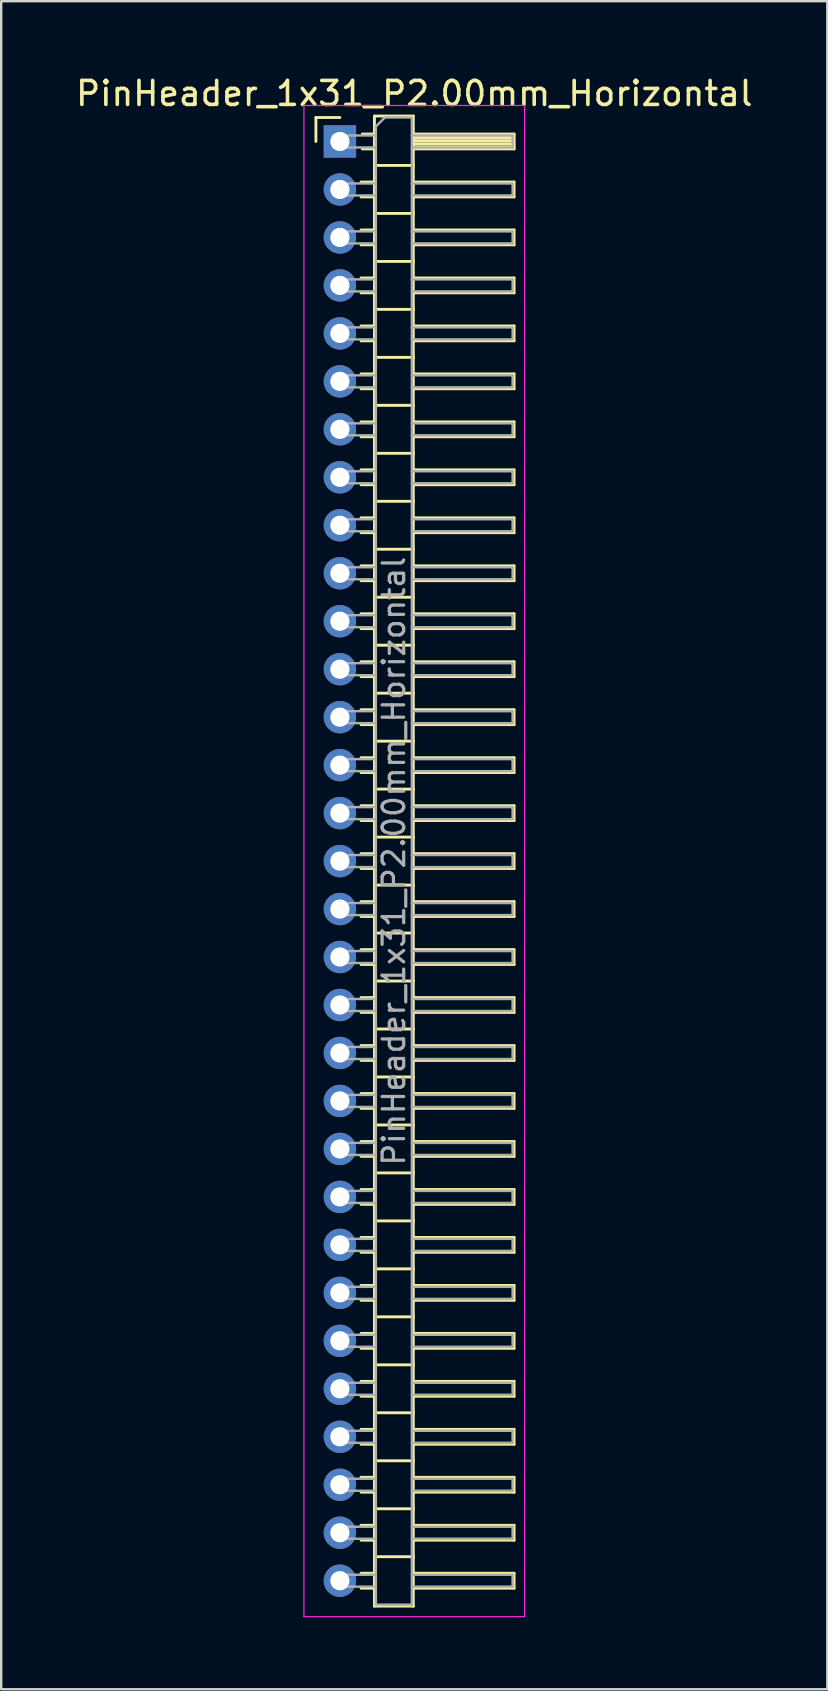
<source format=kicad_pcb>
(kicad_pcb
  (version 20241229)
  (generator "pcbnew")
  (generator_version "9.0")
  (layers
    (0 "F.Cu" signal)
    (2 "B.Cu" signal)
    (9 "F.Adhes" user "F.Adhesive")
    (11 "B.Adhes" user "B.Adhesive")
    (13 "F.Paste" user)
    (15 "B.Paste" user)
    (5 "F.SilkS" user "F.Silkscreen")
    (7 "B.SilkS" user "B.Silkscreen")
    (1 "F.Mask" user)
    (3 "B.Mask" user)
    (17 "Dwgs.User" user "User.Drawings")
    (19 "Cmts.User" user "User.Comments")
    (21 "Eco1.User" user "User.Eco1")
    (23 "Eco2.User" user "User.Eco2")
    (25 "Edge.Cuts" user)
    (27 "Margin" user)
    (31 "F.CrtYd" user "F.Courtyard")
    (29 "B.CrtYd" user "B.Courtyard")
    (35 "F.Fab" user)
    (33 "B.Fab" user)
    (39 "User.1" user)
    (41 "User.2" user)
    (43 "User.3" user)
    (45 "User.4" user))
  (footprint "PinHeader_1x31_P2.00mm_Horizontal"
    (layer "F.Cu")
    (at 11.12 2.848)
    (property "Reference" "PinHeader_1x31_P2.00mm_Horizontal" (at 3.1 -2 0) (layer "F.SilkS") (effects (font (size 1 1) (thickness 0.15))))
    (attr through_hole)
    (fp_line (start -1 -1) (end 0 -1) (stroke (width 0.12) (type solid)) (layer "F.SilkS"))
    (fp_line (start -1 0) (end -1 -1) (stroke (width 0.12) (type solid)) (layer "F.SilkS"))
    (fp_line (start 0.882 1.69) (end 1.44 1.69) (stroke (width 0.12) (type solid)) (layer "F.SilkS"))
    (fp_line (start 0.882 2.31) (end 1.44 2.31) (stroke (width 0.12) (type solid)) (layer "F.SilkS"))
    (fp_line (start 0.882 3.69) (end 1.44 3.69) (stroke (width 0.12) (type solid)) (layer "F.SilkS"))
    (fp_line (start 0.882 4.31) (end 1.44 4.31) (stroke (width 0.12) (type solid)) (layer "F.SilkS"))
    (fp_line (start 0.882 5.69) (end 1.44 5.69) (stroke (width 0.12) (type solid)) (layer "F.SilkS"))
    (fp_line (start 0.882 6.31) (end 1.44 6.31) (stroke (width 0.12) (type solid)) (layer "F.SilkS"))
    (fp_line (start 0.882 7.69) (end 1.44 7.69) (stroke (width 0.12) (type solid)) (layer "F.SilkS"))
    (fp_line (start 0.882 8.31) (end 1.44 8.31) (stroke (width 0.12) (type solid)) (layer "F.SilkS"))
    (fp_line (start 0.882 9.69) (end 1.44 9.69) (stroke (width 0.12) (type solid)) (layer "F.SilkS"))
    (fp_line (start 0.882 10.31) (end 1.44 10.31) (stroke (width 0.12) (type solid)) (layer "F.SilkS"))
    (fp_line (start 0.882 11.69) (end 1.44 11.69) (stroke (width 0.12) (type solid)) (layer "F.SilkS"))
    (fp_line (start 0.882 12.31) (end 1.44 12.31) (stroke (width 0.12) (type solid)) (layer "F.SilkS"))
    (fp_line (start 0.882 13.69) (end 1.44 13.69) (stroke (width 0.12) (type solid)) (layer "F.SilkS"))
    (fp_line (start 0.882 14.31) (end 1.44 14.31) (stroke (width 0.12) (type solid)) (layer "F.SilkS"))
    (fp_line (start 0.882 15.69) (end 1.44 15.69) (stroke (width 0.12) (type solid)) (layer "F.SilkS"))
    (fp_line (start 0.882 16.31) (end 1.44 16.31) (stroke (width 0.12) (type solid)) (layer "F.SilkS"))
    (fp_line (start 0.882 17.69) (end 1.44 17.69) (stroke (width 0.12) (type solid)) (layer "F.SilkS"))
    (fp_line (start 0.882 18.31) (end 1.44 18.31) (stroke (width 0.12) (type solid)) (layer "F.SilkS"))
    (fp_line (start 0.882 19.69) (end 1.44 19.69) (stroke (width 0.12) (type solid)) (layer "F.SilkS"))
    (fp_line (start 0.882 20.31) (end 1.44 20.31) (stroke (width 0.12) (type solid)) (layer "F.SilkS"))
    (fp_line (start 0.882 21.69) (end 1.44 21.69) (stroke (width 0.12) (type solid)) (layer "F.SilkS"))
    (fp_line (start 0.882 22.31) (end 1.44 22.31) (stroke (width 0.12) (type solid)) (layer "F.SilkS"))
    (fp_line (start 0.882 23.69) (end 1.44 23.69) (stroke (width 0.12) (type solid)) (layer "F.SilkS"))
    (fp_line (start 0.882 24.31) (end 1.44 24.31) (stroke (width 0.12) (type solid)) (layer "F.SilkS"))
    (fp_line (start 0.882 25.69) (end 1.44 25.69) (stroke (width 0.12) (type solid)) (layer "F.SilkS"))
    (fp_line (start 0.882 26.31) (end 1.44 26.31) (stroke (width 0.12) (type solid)) (layer "F.SilkS"))
    (fp_line (start 0.882 27.69) (end 1.44 27.69) (stroke (width 0.12) (type solid)) (layer "F.SilkS"))
    (fp_line (start 0.882 28.31) (end 1.44 28.31) (stroke (width 0.12) (type solid)) (layer "F.SilkS"))
    (fp_line (start 0.882 29.69) (end 1.44 29.69) (stroke (width 0.12) (type solid)) (layer "F.SilkS"))
    (fp_line (start 0.882 30.31) (end 1.44 30.31) (stroke (width 0.12) (type solid)) (layer "F.SilkS"))
    (fp_line (start 0.882 31.69) (end 1.44 31.69) (stroke (width 0.12) (type solid)) (layer "F.SilkS"))
    (fp_line (start 0.882 32.31) (end 1.44 32.31) (stroke (width 0.12) (type solid)) (layer "F.SilkS"))
    (fp_line (start 0.882 33.69) (end 1.44 33.69) (stroke (width 0.12) (type solid)) (layer "F.SilkS"))
    (fp_line (start 0.882 34.31) (end 1.44 34.31) (stroke (width 0.12) (type solid)) (layer "F.SilkS"))
    (fp_line (start 0.882 35.69) (end 1.44 35.69) (stroke (width 0.12) (type solid)) (layer "F.SilkS"))
    (fp_line (start 0.882 36.31) (end 1.44 36.31) (stroke (width 0.12) (type solid)) (layer "F.SilkS"))
    (fp_line (start 0.882 37.69) (end 1.44 37.69) (stroke (width 0.12) (type solid)) (layer "F.SilkS"))
    (fp_line (start 0.882 38.31) (end 1.44 38.31) (stroke (width 0.12) (type solid)) (layer "F.SilkS"))
    (fp_line (start 0.882 39.69) (end 1.44 39.69) (stroke (width 0.12) (type solid)) (layer "F.SilkS"))
    (fp_line (start 0.882 40.31) (end 1.44 40.31) (stroke (width 0.12) (type solid)) (layer "F.SilkS"))
    (fp_line (start 0.882 41.69) (end 1.44 41.69) (stroke (width 0.12) (type solid)) (layer "F.SilkS"))
    (fp_line (start 0.882 42.31) (end 1.44 42.31) (stroke (width 0.12) (type solid)) (layer "F.SilkS"))
    (fp_line (start 0.882 43.69) (end 1.44 43.69) (stroke (width 0.12) (type solid)) (layer "F.SilkS"))
    (fp_line (start 0.882 44.31) (end 1.44 44.31) (stroke (width 0.12) (type solid)) (layer "F.SilkS"))
    (fp_line (start 0.882 45.69) (end 1.44 45.69) (stroke (width 0.12) (type solid)) (layer "F.SilkS"))
    (fp_line (start 0.882 46.31) (end 1.44 46.31) (stroke (width 0.12) (type solid)) (layer "F.SilkS"))
    (fp_line (start 0.882 47.69) (end 1.44 47.69) (stroke (width 0.12) (type solid)) (layer "F.SilkS"))
    (fp_line (start 0.882 48.31) (end 1.44 48.31) (stroke (width 0.12) (type solid)) (layer "F.SilkS"))
    (fp_line (start 0.882 49.69) (end 1.44 49.69) (stroke (width 0.12) (type solid)) (layer "F.SilkS"))
    (fp_line (start 0.882 50.31) (end 1.44 50.31) (stroke (width 0.12) (type solid)) (layer "F.SilkS"))
    (fp_line (start 0.882 51.69) (end 1.44 51.69) (stroke (width 0.12) (type solid)) (layer "F.SilkS"))
    (fp_line (start 0.882 52.31) (end 1.44 52.31) (stroke (width 0.12) (type solid)) (layer "F.SilkS"))
    (fp_line (start 0.882 53.69) (end 1.44 53.69) (stroke (width 0.12) (type solid)) (layer "F.SilkS"))
    (fp_line (start 0.882 54.31) (end 1.44 54.31) (stroke (width 0.12) (type solid)) (layer "F.SilkS"))
    (fp_line (start 0.882 55.69) (end 1.44 55.69) (stroke (width 0.12) (type solid)) (layer "F.SilkS"))
    (fp_line (start 0.882 56.31) (end 1.44 56.31) (stroke (width 0.12) (type solid)) (layer "F.SilkS"))
    (fp_line (start 0.882 57.69) (end 1.44 57.69) (stroke (width 0.12) (type solid)) (layer "F.SilkS"))
    (fp_line (start 0.882 58.31) (end 1.44 58.31) (stroke (width 0.12) (type solid)) (layer "F.SilkS"))
    (fp_line (start 0.882 59.69) (end 1.44 59.69) (stroke (width 0.12) (type solid)) (layer "F.SilkS"))
    (fp_line (start 0.882 60.31) (end 1.44 60.31) (stroke (width 0.12) (type solid)) (layer "F.SilkS"))
    (fp_line (start 0.935 -0.31) (end 1.44 -0.31) (stroke (width 0.12) (type solid)) (layer "F.SilkS"))
    (fp_line (start 0.935 0.31) (end 1.44 0.31) (stroke (width 0.12) (type solid)) (layer "F.SilkS"))
    (fp_line (start 1.44 -1.06) (end 1.44 61.06) (stroke (width 0.12) (type solid)) (layer "F.SilkS"))
    (fp_line (start 1.44 1) (end 3.06 1) (stroke (width 0.12) (type solid)) (layer "F.SilkS"))
    (fp_line (start 1.44 3) (end 3.06 3) (stroke (width 0.12) (type solid)) (layer "F.SilkS"))
    (fp_line (start 1.44 5) (end 3.06 5) (stroke (width 0.12) (type solid)) (layer "F.SilkS"))
    (fp_line (start 1.44 7) (end 3.06 7) (stroke (width 0.12) (type solid)) (layer "F.SilkS"))
    (fp_line (start 1.44 9) (end 3.06 9) (stroke (width 0.12) (type solid)) (layer "F.SilkS"))
    (fp_line (start 1.44 11) (end 3.06 11) (stroke (width 0.12) (type solid)) (layer "F.SilkS"))
    (fp_line (start 1.44 13) (end 3.06 13) (stroke (width 0.12) (type solid)) (layer "F.SilkS"))
    (fp_line (start 1.44 15) (end 3.06 15) (stroke (width 0.12) (type solid)) (layer "F.SilkS"))
    (fp_line (start 1.44 17) (end 3.06 17) (stroke (width 0.12) (type solid)) (layer "F.SilkS"))
    (fp_line (start 1.44 19) (end 3.06 19) (stroke (width 0.12) (type solid)) (layer "F.SilkS"))
    (fp_line (start 1.44 21) (end 3.06 21) (stroke (width 0.12) (type solid)) (layer "F.SilkS"))
    (fp_line (start 1.44 23) (end 3.06 23) (stroke (width 0.12) (type solid)) (layer "F.SilkS"))
    (fp_line (start 1.44 25) (end 3.06 25) (stroke (width 0.12) (type solid)) (layer "F.SilkS"))
    (fp_line (start 1.44 27) (end 3.06 27) (stroke (width 0.12) (type solid)) (layer "F.SilkS"))
    (fp_line (start 1.44 29) (end 3.06 29) (stroke (width 0.12) (type solid)) (layer "F.SilkS"))
    (fp_line (start 1.44 31) (end 3.06 31) (stroke (width 0.12) (type solid)) (layer "F.SilkS"))
    (fp_line (start 1.44 33) (end 3.06 33) (stroke (width 0.12) (type solid)) (layer "F.SilkS"))
    (fp_line (start 1.44 35) (end 3.06 35) (stroke (width 0.12) (type solid)) (layer "F.SilkS"))
    (fp_line (start 1.44 37) (end 3.06 37) (stroke (width 0.12) (type solid)) (layer "F.SilkS"))
    (fp_line (start 1.44 39) (end 3.06 39) (stroke (width 0.12) (type solid)) (layer "F.SilkS"))
    (fp_line (start 1.44 41) (end 3.06 41) (stroke (width 0.12) (type solid)) (layer "F.SilkS"))
    (fp_line (start 1.44 43) (end 3.06 43) (stroke (width 0.12) (type solid)) (layer "F.SilkS"))
    (fp_line (start 1.44 45) (end 3.06 45) (stroke (width 0.12) (type solid)) (layer "F.SilkS"))
    (fp_line (start 1.44 47) (end 3.06 47) (stroke (width 0.12) (type solid)) (layer "F.SilkS"))
    (fp_line (start 1.44 49) (end 3.06 49) (stroke (width 0.12) (type solid)) (layer "F.SilkS"))
    (fp_line (start 1.44 51) (end 3.06 51) (stroke (width 0.12) (type solid)) (layer "F.SilkS"))
    (fp_line (start 1.44 53) (end 3.06 53) (stroke (width 0.12) (type solid)) (layer "F.SilkS"))
    (fp_line (start 1.44 55) (end 3.06 55) (stroke (width 0.12) (type solid)) (layer "F.SilkS"))
    (fp_line (start 1.44 57) (end 3.06 57) (stroke (width 0.12) (type solid)) (layer "F.SilkS"))
    (fp_line (start 1.44 59) (end 3.06 59) (stroke (width 0.12) (type solid)) (layer "F.SilkS"))
    (fp_line (start 1.44 61.06) (end 3.06 61.06) (stroke (width 0.12) (type solid)) (layer "F.SilkS"))
    (fp_line (start 3.06 -1.06) (end 1.44 -1.06) (stroke (width 0.12) (type solid)) (layer "F.SilkS"))
    (fp_line (start 3.06 -0.31) (end 7.26 -0.31) (stroke (width 0.12) (type solid)) (layer "F.SilkS"))
    (fp_line (start 3.06 -0.25) (end 7.26 -0.25) (stroke (width 0.12) (type solid)) (layer "F.SilkS"))
    (fp_line (start 3.06 -0.13) (end 7.26 -0.13) (stroke (width 0.12) (type solid)) (layer "F.SilkS"))
    (fp_line (start 3.06 -0.01) (end 7.26 -0.01) (stroke (width 0.12) (type solid)) (layer "F.SilkS"))
    (fp_line (start 3.06 0.11) (end 7.26 0.11) (stroke (width 0.12) (type solid)) (layer "F.SilkS"))
    (fp_line (start 3.06 0.23) (end 7.26 0.23) (stroke (width 0.12) (type solid)) (layer "F.SilkS"))
    (fp_line (start 3.06 1.69) (end 7.26 1.69) (stroke (width 0.12) (type solid)) (layer "F.SilkS"))
    (fp_line (start 3.06 3.69) (end 7.26 3.69) (stroke (width 0.12) (type solid)) (layer "F.SilkS"))
    (fp_line (start 3.06 5.69) (end 7.26 5.69) (stroke (width 0.12) (type solid)) (layer "F.SilkS"))
    (fp_line (start 3.06 7.69) (end 7.26 7.69) (stroke (width 0.12) (type solid)) (layer "F.SilkS"))
    (fp_line (start 3.06 9.69) (end 7.26 9.69) (stroke (width 0.12) (type solid)) (layer "F.SilkS"))
    (fp_line (start 3.06 11.69) (end 7.26 11.69) (stroke (width 0.12) (type solid)) (layer "F.SilkS"))
    (fp_line (start 3.06 13.69) (end 7.26 13.69) (stroke (width 0.12) (type solid)) (layer "F.SilkS"))
    (fp_line (start 3.06 15.69) (end 7.26 15.69) (stroke (width 0.12) (type solid)) (layer "F.SilkS"))
    (fp_line (start 3.06 17.69) (end 7.26 17.69) (stroke (width 0.12) (type solid)) (layer "F.SilkS"))
    (fp_line (start 3.06 19.69) (end 7.26 19.69) (stroke (width 0.12) (type solid)) (layer "F.SilkS"))
    (fp_line (start 3.06 21.69) (end 7.26 21.69) (stroke (width 0.12) (type solid)) (layer "F.SilkS"))
    (fp_line (start 3.06 23.69) (end 7.26 23.69) (stroke (width 0.12) (type solid)) (layer "F.SilkS"))
    (fp_line (start 3.06 25.69) (end 7.26 25.69) (stroke (width 0.12) (type solid)) (layer "F.SilkS"))
    (fp_line (start 3.06 27.69) (end 7.26 27.69) (stroke (width 0.12) (type solid)) (layer "F.SilkS"))
    (fp_line (start 3.06 29.69) (end 7.26 29.69) (stroke (width 0.12) (type solid)) (layer "F.SilkS"))
    (fp_line (start 3.06 31.69) (end 7.26 31.69) (stroke (width 0.12) (type solid)) (layer "F.SilkS"))
    (fp_line (start 3.06 33.69) (end 7.26 33.69) (stroke (width 0.12) (type solid)) (layer "F.SilkS"))
    (fp_line (start 3.06 35.69) (end 7.26 35.69) (stroke (width 0.12) (type solid)) (layer "F.SilkS"))
    (fp_line (start 3.06 37.69) (end 7.26 37.69) (stroke (width 0.12) (type solid)) (layer "F.SilkS"))
    (fp_line (start 3.06 39.69) (end 7.26 39.69) (stroke (width 0.12) (type solid)) (layer "F.SilkS"))
    (fp_line (start 3.06 41.69) (end 7.26 41.69) (stroke (width 0.12) (type solid)) (layer "F.SilkS"))
    (fp_line (start 3.06 43.69) (end 7.26 43.69) (stroke (width 0.12) (type solid)) (layer "F.SilkS"))
    (fp_line (start 3.06 45.69) (end 7.26 45.69) (stroke (width 0.12) (type solid)) (layer "F.SilkS"))
    (fp_line (start 3.06 47.69) (end 7.26 47.69) (stroke (width 0.12) (type solid)) (layer "F.SilkS"))
    (fp_line (start 3.06 49.69) (end 7.26 49.69) (stroke (width 0.12) (type solid)) (layer "F.SilkS"))
    (fp_line (start 3.06 51.69) (end 7.26 51.69) (stroke (width 0.12) (type solid)) (layer "F.SilkS"))
    (fp_line (start 3.06 53.69) (end 7.26 53.69) (stroke (width 0.12) (type solid)) (layer "F.SilkS"))
    (fp_line (start 3.06 55.69) (end 7.26 55.69) (stroke (width 0.12) (type solid)) (layer "F.SilkS"))
    (fp_line (start 3.06 57.69) (end 7.26 57.69) (stroke (width 0.12) (type solid)) (layer "F.SilkS"))
    (fp_line (start 3.06 59.69) (end 7.26 59.69) (stroke (width 0.12) (type solid)) (layer "F.SilkS"))
    (fp_line (start 3.06 61.06) (end 3.06 -1.06) (stroke (width 0.12) (type solid)) (layer "F.SilkS"))
    (fp_line (start 7.26 -0.31) (end 7.26 0.31) (stroke (width 0.12) (type solid)) (layer "F.SilkS"))
    (fp_line (start 7.26 0.31) (end 3.06 0.31) (stroke (width 0.12) (type solid)) (layer "F.SilkS"))
    (fp_line (start 7.26 1.69) (end 7.26 2.31) (stroke (width 0.12) (type solid)) (layer "F.SilkS"))
    (fp_line (start 7.26 2.31) (end 3.06 2.31) (stroke (width 0.12) (type solid)) (layer "F.SilkS"))
    (fp_line (start 7.26 3.69) (end 7.26 4.31) (stroke (width 0.12) (type solid)) (layer "F.SilkS"))
    (fp_line (start 7.26 4.31) (end 3.06 4.31) (stroke (width 0.12) (type solid)) (layer "F.SilkS"))
    (fp_line (start 7.26 5.69) (end 7.26 6.31) (stroke (width 0.12) (type solid)) (layer "F.SilkS"))
    (fp_line (start 7.26 6.31) (end 3.06 6.31) (stroke (width 0.12) (type solid)) (layer "F.SilkS"))
    (fp_line (start 7.26 7.69) (end 7.26 8.31) (stroke (width 0.12) (type solid)) (layer "F.SilkS"))
    (fp_line (start 7.26 8.31) (end 3.06 8.31) (stroke (width 0.12) (type solid)) (layer "F.SilkS"))
    (fp_line (start 7.26 9.69) (end 7.26 10.31) (stroke (width 0.12) (type solid)) (layer "F.SilkS"))
    (fp_line (start 7.26 10.31) (end 3.06 10.31) (stroke (width 0.12) (type solid)) (layer "F.SilkS"))
    (fp_line (start 7.26 11.69) (end 7.26 12.31) (stroke (width 0.12) (type solid)) (layer "F.SilkS"))
    (fp_line (start 7.26 12.31) (end 3.06 12.31) (stroke (width 0.12) (type solid)) (layer "F.SilkS"))
    (fp_line (start 7.26 13.69) (end 7.26 14.31) (stroke (width 0.12) (type solid)) (layer "F.SilkS"))
    (fp_line (start 7.26 14.31) (end 3.06 14.31) (stroke (width 0.12) (type solid)) (layer "F.SilkS"))
    (fp_line (start 7.26 15.69) (end 7.26 16.31) (stroke (width 0.12) (type solid)) (layer "F.SilkS"))
    (fp_line (start 7.26 16.31) (end 3.06 16.31) (stroke (width 0.12) (type solid)) (layer "F.SilkS"))
    (fp_line (start 7.26 17.69) (end 7.26 18.31) (stroke (width 0.12) (type solid)) (layer "F.SilkS"))
    (fp_line (start 7.26 18.31) (end 3.06 18.31) (stroke (width 0.12) (type solid)) (layer "F.SilkS"))
    (fp_line (start 7.26 19.69) (end 7.26 20.31) (stroke (width 0.12) (type solid)) (layer "F.SilkS"))
    (fp_line (start 7.26 20.31) (end 3.06 20.31) (stroke (width 0.12) (type solid)) (layer "F.SilkS"))
    (fp_line (start 7.26 21.69) (end 7.26 22.31) (stroke (width 0.12) (type solid)) (layer "F.SilkS"))
    (fp_line (start 7.26 22.31) (end 3.06 22.31) (stroke (width 0.12) (type solid)) (layer "F.SilkS"))
    (fp_line (start 7.26 23.69) (end 7.26 24.31) (stroke (width 0.12) (type solid)) (layer "F.SilkS"))
    (fp_line (start 7.26 24.31) (end 3.06 24.31) (stroke (width 0.12) (type solid)) (layer "F.SilkS"))
    (fp_line (start 7.26 25.69) (end 7.26 26.31) (stroke (width 0.12) (type solid)) (layer "F.SilkS"))
    (fp_line (start 7.26 26.31) (end 3.06 26.31) (stroke (width 0.12) (type solid)) (layer "F.SilkS"))
    (fp_line (start 7.26 27.69) (end 7.26 28.31) (stroke (width 0.12) (type solid)) (layer "F.SilkS"))
    (fp_line (start 7.26 28.31) (end 3.06 28.31) (stroke (width 0.12) (type solid)) (layer "F.SilkS"))
    (fp_line (start 7.26 29.69) (end 7.26 30.31) (stroke (width 0.12) (type solid)) (layer "F.SilkS"))
    (fp_line (start 7.26 30.31) (end 3.06 30.31) (stroke (width 0.12) (type solid)) (layer "F.SilkS"))
    (fp_line (start 7.26 31.69) (end 7.26 32.31) (stroke (width 0.12) (type solid)) (layer "F.SilkS"))
    (fp_line (start 7.26 32.31) (end 3.06 32.31) (stroke (width 0.12) (type solid)) (layer "F.SilkS"))
    (fp_line (start 7.26 33.69) (end 7.26 34.31) (stroke (width 0.12) (type solid)) (layer "F.SilkS"))
    (fp_line (start 7.26 34.31) (end 3.06 34.31) (stroke (width 0.12) (type solid)) (layer "F.SilkS"))
    (fp_line (start 7.26 35.69) (end 7.26 36.31) (stroke (width 0.12) (type solid)) (layer "F.SilkS"))
    (fp_line (start 7.26 36.31) (end 3.06 36.31) (stroke (width 0.12) (type solid)) (layer "F.SilkS"))
    (fp_line (start 7.26 37.69) (end 7.26 38.31) (stroke (width 0.12) (type solid)) (layer "F.SilkS"))
    (fp_line (start 7.26 38.31) (end 3.06 38.31) (stroke (width 0.12) (type solid)) (layer "F.SilkS"))
    (fp_line (start 7.26 39.69) (end 7.26 40.31) (stroke (width 0.12) (type solid)) (layer "F.SilkS"))
    (fp_line (start 7.26 40.31) (end 3.06 40.31) (stroke (width 0.12) (type solid)) (layer "F.SilkS"))
    (fp_line (start 7.26 41.69) (end 7.26 42.31) (stroke (width 0.12) (type solid)) (layer "F.SilkS"))
    (fp_line (start 7.26 42.31) (end 3.06 42.31) (stroke (width 0.12) (type solid)) (layer "F.SilkS"))
    (fp_line (start 7.26 43.69) (end 7.26 44.31) (stroke (width 0.12) (type solid)) (layer "F.SilkS"))
    (fp_line (start 7.26 44.31) (end 3.06 44.31) (stroke (width 0.12) (type solid)) (layer "F.SilkS"))
    (fp_line (start 7.26 45.69) (end 7.26 46.31) (stroke (width 0.12) (type solid)) (layer "F.SilkS"))
    (fp_line (start 7.26 46.31) (end 3.06 46.31) (stroke (width 0.12) (type solid)) (layer "F.SilkS"))
    (fp_line (start 7.26 47.69) (end 7.26 48.31) (stroke (width 0.12) (type solid)) (layer "F.SilkS"))
    (fp_line (start 7.26 48.31) (end 3.06 48.31) (stroke (width 0.12) (type solid)) (layer "F.SilkS"))
    (fp_line (start 7.26 49.69) (end 7.26 50.31) (stroke (width 0.12) (type solid)) (layer "F.SilkS"))
    (fp_line (start 7.26 50.31) (end 3.06 50.31) (stroke (width 0.12) (type solid)) (layer "F.SilkS"))
    (fp_line (start 7.26 51.69) (end 7.26 52.31) (stroke (width 0.12) (type solid)) (layer "F.SilkS"))
    (fp_line (start 7.26 52.31) (end 3.06 52.31) (stroke (width 0.12) (type solid)) (layer "F.SilkS"))
    (fp_line (start 7.26 53.69) (end 7.26 54.31) (stroke (width 0.12) (type solid)) (layer "F.SilkS"))
    (fp_line (start 7.26 54.31) (end 3.06 54.31) (stroke (width 0.12) (type solid)) (layer "F.SilkS"))
    (fp_line (start 7.26 55.69) (end 7.26 56.31) (stroke (width 0.12) (type solid)) (layer "F.SilkS"))
    (fp_line (start 7.26 56.31) (end 3.06 56.31) (stroke (width 0.12) (type solid)) (layer "F.SilkS"))
    (fp_line (start 7.26 57.69) (end 7.26 58.31) (stroke (width 0.12) (type solid)) (layer "F.SilkS"))
    (fp_line (start 7.26 58.31) (end 3.06 58.31) (stroke (width 0.12) (type solid)) (layer "F.SilkS"))
    (fp_line (start 7.26 59.69) (end 7.26 60.31) (stroke (width 0.12) (type solid)) (layer "F.SilkS"))
    (fp_line (start 7.26 60.31) (end 3.06 60.31) (stroke (width 0.12) (type solid)) (layer "F.SilkS"))
    (fp_line (start -1.5 -1.5) (end -1.5 61.5) (stroke (width 0.05) (type solid)) (layer "F.CrtYd"))
    (fp_line (start -1.5 61.5) (end 7.7 61.5) (stroke (width 0.05) (type solid)) (layer "F.CrtYd"))
    (fp_line (start 7.7 -1.5) (end -1.5 -1.5) (stroke (width 0.05) (type solid)) (layer "F.CrtYd"))
    (fp_line (start 7.7 61.5) (end 7.7 -1.5) (stroke (width 0.05) (type solid)) (layer "F.CrtYd"))
    (fp_line (start -0.25 -0.25) (end -0.25 0.25) (stroke (width 0.1) (type solid)) (layer "F.Fab"))
    (fp_line (start -0.25 -0.25) (end 1.5 -0.25) (stroke (width 0.1) (type solid)) (layer "F.Fab"))
    (fp_line (start -0.25 0.25) (end 1.5 0.25) (stroke (width 0.1) (type solid)) (layer "F.Fab"))
    (fp_line (start -0.25 1.75) (end -0.25 2.25) (stroke (width 0.1) (type solid)) (layer "F.Fab"))
    (fp_line (start -0.25 1.75) (end 1.5 1.75) (stroke (width 0.1) (type solid)) (layer "F.Fab"))
    (fp_line (start -0.25 2.25) (end 1.5 2.25) (stroke (width 0.1) (type solid)) (layer "F.Fab"))
    (fp_line (start -0.25 3.75) (end -0.25 4.25) (stroke (width 0.1) (type solid)) (layer "F.Fab"))
    (fp_line (start -0.25 3.75) (end 1.5 3.75) (stroke (width 0.1) (type solid)) (layer "F.Fab"))
    (fp_line (start -0.25 4.25) (end 1.5 4.25) (stroke (width 0.1) (type solid)) (layer "F.Fab"))
    (fp_line (start -0.25 5.75) (end -0.25 6.25) (stroke (width 0.1) (type solid)) (layer "F.Fab"))
    (fp_line (start -0.25 5.75) (end 1.5 5.75) (stroke (width 0.1) (type solid)) (layer "F.Fab"))
    (fp_line (start -0.25 6.25) (end 1.5 6.25) (stroke (width 0.1) (type solid)) (layer "F.Fab"))
    (fp_line (start -0.25 7.75) (end -0.25 8.25) (stroke (width 0.1) (type solid)) (layer "F.Fab"))
    (fp_line (start -0.25 7.75) (end 1.5 7.75) (stroke (width 0.1) (type solid)) (layer "F.Fab"))
    (fp_line (start -0.25 8.25) (end 1.5 8.25) (stroke (width 0.1) (type solid)) (layer "F.Fab"))
    (fp_line (start -0.25 9.75) (end -0.25 10.25) (stroke (width 0.1) (type solid)) (layer "F.Fab"))
    (fp_line (start -0.25 9.75) (end 1.5 9.75) (stroke (width 0.1) (type solid)) (layer "F.Fab"))
    (fp_line (start -0.25 10.25) (end 1.5 10.25) (stroke (width 0.1) (type solid)) (layer "F.Fab"))
    (fp_line (start -0.25 11.75) (end -0.25 12.25) (stroke (width 0.1) (type solid)) (layer "F.Fab"))
    (fp_line (start -0.25 11.75) (end 1.5 11.75) (stroke (width 0.1) (type solid)) (layer "F.Fab"))
    (fp_line (start -0.25 12.25) (end 1.5 12.25) (stroke (width 0.1) (type solid)) (layer "F.Fab"))
    (fp_line (start -0.25 13.75) (end -0.25 14.25) (stroke (width 0.1) (type solid)) (layer "F.Fab"))
    (fp_line (start -0.25 13.75) (end 1.5 13.75) (stroke (width 0.1) (type solid)) (layer "F.Fab"))
    (fp_line (start -0.25 14.25) (end 1.5 14.25) (stroke (width 0.1) (type solid)) (layer "F.Fab"))
    (fp_line (start -0.25 15.75) (end -0.25 16.25) (stroke (width 0.1) (type solid)) (layer "F.Fab"))
    (fp_line (start -0.25 15.75) (end 1.5 15.75) (stroke (width 0.1) (type solid)) (layer "F.Fab"))
    (fp_line (start -0.25 16.25) (end 1.5 16.25) (stroke (width 0.1) (type solid)) (layer "F.Fab"))
    (fp_line (start -0.25 17.75) (end -0.25 18.25) (stroke (width 0.1) (type solid)) (layer "F.Fab"))
    (fp_line (start -0.25 17.75) (end 1.5 17.75) (stroke (width 0.1) (type solid)) (layer "F.Fab"))
    (fp_line (start -0.25 18.25) (end 1.5 18.25) (stroke (width 0.1) (type solid)) (layer "F.Fab"))
    (fp_line (start -0.25 19.75) (end -0.25 20.25) (stroke (width 0.1) (type solid)) (layer "F.Fab"))
    (fp_line (start -0.25 19.75) (end 1.5 19.75) (stroke (width 0.1) (type solid)) (layer "F.Fab"))
    (fp_line (start -0.25 20.25) (end 1.5 20.25) (stroke (width 0.1) (type solid)) (layer "F.Fab"))
    (fp_line (start -0.25 21.75) (end -0.25 22.25) (stroke (width 0.1) (type solid)) (layer "F.Fab"))
    (fp_line (start -0.25 21.75) (end 1.5 21.75) (stroke (width 0.1) (type solid)) (layer "F.Fab"))
    (fp_line (start -0.25 22.25) (end 1.5 22.25) (stroke (width 0.1) (type solid)) (layer "F.Fab"))
    (fp_line (start -0.25 23.75) (end -0.25 24.25) (stroke (width 0.1) (type solid)) (layer "F.Fab"))
    (fp_line (start -0.25 23.75) (end 1.5 23.75) (stroke (width 0.1) (type solid)) (layer "F.Fab"))
    (fp_line (start -0.25 24.25) (end 1.5 24.25) (stroke (width 0.1) (type solid)) (layer "F.Fab"))
    (fp_line (start -0.25 25.75) (end -0.25 26.25) (stroke (width 0.1) (type solid)) (layer "F.Fab"))
    (fp_line (start -0.25 25.75) (end 1.5 25.75) (stroke (width 0.1) (type solid)) (layer "F.Fab"))
    (fp_line (start -0.25 26.25) (end 1.5 26.25) (stroke (width 0.1) (type solid)) (layer "F.Fab"))
    (fp_line (start -0.25 27.75) (end -0.25 28.25) (stroke (width 0.1) (type solid)) (layer "F.Fab"))
    (fp_line (start -0.25 27.75) (end 1.5 27.75) (stroke (width 0.1) (type solid)) (layer "F.Fab"))
    (fp_line (start -0.25 28.25) (end 1.5 28.25) (stroke (width 0.1) (type solid)) (layer "F.Fab"))
    (fp_line (start -0.25 29.75) (end -0.25 30.25) (stroke (width 0.1) (type solid)) (layer "F.Fab"))
    (fp_line (start -0.25 29.75) (end 1.5 29.75) (stroke (width 0.1) (type solid)) (layer "F.Fab"))
    (fp_line (start -0.25 30.25) (end 1.5 30.25) (stroke (width 0.1) (type solid)) (layer "F.Fab"))
    (fp_line (start -0.25 31.75) (end -0.25 32.25) (stroke (width 0.1) (type solid)) (layer "F.Fab"))
    (fp_line (start -0.25 31.75) (end 1.5 31.75) (stroke (width 0.1) (type solid)) (layer "F.Fab"))
    (fp_line (start -0.25 32.25) (end 1.5 32.25) (stroke (width 0.1) (type solid)) (layer "F.Fab"))
    (fp_line (start -0.25 33.75) (end -0.25 34.25) (stroke (width 0.1) (type solid)) (layer "F.Fab"))
    (fp_line (start -0.25 33.75) (end 1.5 33.75) (stroke (width 0.1) (type solid)) (layer "F.Fab"))
    (fp_line (start -0.25 34.25) (end 1.5 34.25) (stroke (width 0.1) (type solid)) (layer "F.Fab"))
    (fp_line (start -0.25 35.75) (end -0.25 36.25) (stroke (width 0.1) (type solid)) (layer "F.Fab"))
    (fp_line (start -0.25 35.75) (end 1.5 35.75) (stroke (width 0.1) (type solid)) (layer "F.Fab"))
    (fp_line (start -0.25 36.25) (end 1.5 36.25) (stroke (width 0.1) (type solid)) (layer "F.Fab"))
    (fp_line (start -0.25 37.75) (end -0.25 38.25) (stroke (width 0.1) (type solid)) (layer "F.Fab"))
    (fp_line (start -0.25 37.75) (end 1.5 37.75) (stroke (width 0.1) (type solid)) (layer "F.Fab"))
    (fp_line (start -0.25 38.25) (end 1.5 38.25) (stroke (width 0.1) (type solid)) (layer "F.Fab"))
    (fp_line (start -0.25 39.75) (end -0.25 40.25) (stroke (width 0.1) (type solid)) (layer "F.Fab"))
    (fp_line (start -0.25 39.75) (end 1.5 39.75) (stroke (width 0.1) (type solid)) (layer "F.Fab"))
    (fp_line (start -0.25 40.25) (end 1.5 40.25) (stroke (width 0.1) (type solid)) (layer "F.Fab"))
    (fp_line (start -0.25 41.75) (end -0.25 42.25) (stroke (width 0.1) (type solid)) (layer "F.Fab"))
    (fp_line (start -0.25 41.75) (end 1.5 41.75) (stroke (width 0.1) (type solid)) (layer "F.Fab"))
    (fp_line (start -0.25 42.25) (end 1.5 42.25) (stroke (width 0.1) (type solid)) (layer "F.Fab"))
    (fp_line (start -0.25 43.75) (end -0.25 44.25) (stroke (width 0.1) (type solid)) (layer "F.Fab"))
    (fp_line (start -0.25 43.75) (end 1.5 43.75) (stroke (width 0.1) (type solid)) (layer "F.Fab"))
    (fp_line (start -0.25 44.25) (end 1.5 44.25) (stroke (width 0.1) (type solid)) (layer "F.Fab"))
    (fp_line (start -0.25 45.75) (end -0.25 46.25) (stroke (width 0.1) (type solid)) (layer "F.Fab"))
    (fp_line (start -0.25 45.75) (end 1.5 45.75) (stroke (width 0.1) (type solid)) (layer "F.Fab"))
    (fp_line (start -0.25 46.25) (end 1.5 46.25) (stroke (width 0.1) (type solid)) (layer "F.Fab"))
    (fp_line (start -0.25 47.75) (end -0.25 48.25) (stroke (width 0.1) (type solid)) (layer "F.Fab"))
    (fp_line (start -0.25 47.75) (end 1.5 47.75) (stroke (width 0.1) (type solid)) (layer "F.Fab"))
    (fp_line (start -0.25 48.25) (end 1.5 48.25) (stroke (width 0.1) (type solid)) (layer "F.Fab"))
    (fp_line (start -0.25 49.75) (end -0.25 50.25) (stroke (width 0.1) (type solid)) (layer "F.Fab"))
    (fp_line (start -0.25 49.75) (end 1.5 49.75) (stroke (width 0.1) (type solid)) (layer "F.Fab"))
    (fp_line (start -0.25 50.25) (end 1.5 50.25) (stroke (width 0.1) (type solid)) (layer "F.Fab"))
    (fp_line (start -0.25 51.75) (end -0.25 52.25) (stroke (width 0.1) (type solid)) (layer "F.Fab"))
    (fp_line (start -0.25 51.75) (end 1.5 51.75) (stroke (width 0.1) (type solid)) (layer "F.Fab"))
    (fp_line (start -0.25 52.25) (end 1.5 52.25) (stroke (width 0.1) (type solid)) (layer "F.Fab"))
    (fp_line (start -0.25 53.75) (end -0.25 54.25) (stroke (width 0.1) (type solid)) (layer "F.Fab"))
    (fp_line (start -0.25 53.75) (end 1.5 53.75) (stroke (width 0.1) (type solid)) (layer "F.Fab"))
    (fp_line (start -0.25 54.25) (end 1.5 54.25) (stroke (width 0.1) (type solid)) (layer "F.Fab"))
    (fp_line (start -0.25 55.75) (end -0.25 56.25) (stroke (width 0.1) (type solid)) (layer "F.Fab"))
    (fp_line (start -0.25 55.75) (end 1.5 55.75) (stroke (width 0.1) (type solid)) (layer "F.Fab"))
    (fp_line (start -0.25 56.25) (end 1.5 56.25) (stroke (width 0.1) (type solid)) (layer "F.Fab"))
    (fp_line (start -0.25 57.75) (end -0.25 58.25) (stroke (width 0.1) (type solid)) (layer "F.Fab"))
    (fp_line (start -0.25 57.75) (end 1.5 57.75) (stroke (width 0.1) (type solid)) (layer "F.Fab"))
    (fp_line (start -0.25 58.25) (end 1.5 58.25) (stroke (width 0.1) (type solid)) (layer "F.Fab"))
    (fp_line (start -0.25 59.75) (end -0.25 60.25) (stroke (width 0.1) (type solid)) (layer "F.Fab"))
    (fp_line (start -0.25 59.75) (end 1.5 59.75) (stroke (width 0.1) (type solid)) (layer "F.Fab"))
    (fp_line (start -0.25 60.25) (end 1.5 60.25) (stroke (width 0.1) (type solid)) (layer "F.Fab"))
    (fp_line (start 1.5 -0.625) (end 1.875 -1) (stroke (width 0.1) (type solid)) (layer "F.Fab"))
    (fp_line (start 1.5 61) (end 1.5 -0.625) (stroke (width 0.1) (type solid)) (layer "F.Fab"))
    (fp_line (start 1.875 -1) (end 3 -1) (stroke (width 0.1) (type solid)) (layer "F.Fab"))
    (fp_line (start 3 -1) (end 3 61) (stroke (width 0.1) (type solid)) (layer "F.Fab"))
    (fp_line (start 3 -0.25) (end 7.2 -0.25) (stroke (width 0.1) (type solid)) (layer "F.Fab"))
    (fp_line (start 3 0.25) (end 7.2 0.25) (stroke (width 0.1) (type solid)) (layer "F.Fab"))
    (fp_line (start 3 1.75) (end 7.2 1.75) (stroke (width 0.1) (type solid)) (layer "F.Fab"))
    (fp_line (start 3 2.25) (end 7.2 2.25) (stroke (width 0.1) (type solid)) (layer "F.Fab"))
    (fp_line (start 3 3.75) (end 7.2 3.75) (stroke (width 0.1) (type solid)) (layer "F.Fab"))
    (fp_line (start 3 4.25) (end 7.2 4.25) (stroke (width 0.1) (type solid)) (layer "F.Fab"))
    (fp_line (start 3 5.75) (end 7.2 5.75) (stroke (width 0.1) (type solid)) (layer "F.Fab"))
    (fp_line (start 3 6.25) (end 7.2 6.25) (stroke (width 0.1) (type solid)) (layer "F.Fab"))
    (fp_line (start 3 7.75) (end 7.2 7.75) (stroke (width 0.1) (type solid)) (layer "F.Fab"))
    (fp_line (start 3 8.25) (end 7.2 8.25) (stroke (width 0.1) (type solid)) (layer "F.Fab"))
    (fp_line (start 3 9.75) (end 7.2 9.75) (stroke (width 0.1) (type solid)) (layer "F.Fab"))
    (fp_line (start 3 10.25) (end 7.2 10.25) (stroke (width 0.1) (type solid)) (layer "F.Fab"))
    (fp_line (start 3 11.75) (end 7.2 11.75) (stroke (width 0.1) (type solid)) (layer "F.Fab"))
    (fp_line (start 3 12.25) (end 7.2 12.25) (stroke (width 0.1) (type solid)) (layer "F.Fab"))
    (fp_line (start 3 13.75) (end 7.2 13.75) (stroke (width 0.1) (type solid)) (layer "F.Fab"))
    (fp_line (start 3 14.25) (end 7.2 14.25) (stroke (width 0.1) (type solid)) (layer "F.Fab"))
    (fp_line (start 3 15.75) (end 7.2 15.75) (stroke (width 0.1) (type solid)) (layer "F.Fab"))
    (fp_line (start 3 16.25) (end 7.2 16.25) (stroke (width 0.1) (type solid)) (layer "F.Fab"))
    (fp_line (start 3 17.75) (end 7.2 17.75) (stroke (width 0.1) (type solid)) (layer "F.Fab"))
    (fp_line (start 3 18.25) (end 7.2 18.25) (stroke (width 0.1) (type solid)) (layer "F.Fab"))
    (fp_line (start 3 19.75) (end 7.2 19.75) (stroke (width 0.1) (type solid)) (layer "F.Fab"))
    (fp_line (start 3 20.25) (end 7.2 20.25) (stroke (width 0.1) (type solid)) (layer "F.Fab"))
    (fp_line (start 3 21.75) (end 7.2 21.75) (stroke (width 0.1) (type solid)) (layer "F.Fab"))
    (fp_line (start 3 22.25) (end 7.2 22.25) (stroke (width 0.1) (type solid)) (layer "F.Fab"))
    (fp_line (start 3 23.75) (end 7.2 23.75) (stroke (width 0.1) (type solid)) (layer "F.Fab"))
    (fp_line (start 3 24.25) (end 7.2 24.25) (stroke (width 0.1) (type solid)) (layer "F.Fab"))
    (fp_line (start 3 25.75) (end 7.2 25.75) (stroke (width 0.1) (type solid)) (layer "F.Fab"))
    (fp_line (start 3 26.25) (end 7.2 26.25) (stroke (width 0.1) (type solid)) (layer "F.Fab"))
    (fp_line (start 3 27.75) (end 7.2 27.75) (stroke (width 0.1) (type solid)) (layer "F.Fab"))
    (fp_line (start 3 28.25) (end 7.2 28.25) (stroke (width 0.1) (type solid)) (layer "F.Fab"))
    (fp_line (start 3 29.75) (end 7.2 29.75) (stroke (width 0.1) (type solid)) (layer "F.Fab"))
    (fp_line (start 3 30.25) (end 7.2 30.25) (stroke (width 0.1) (type solid)) (layer "F.Fab"))
    (fp_line (start 3 31.75) (end 7.2 31.75) (stroke (width 0.1) (type solid)) (layer "F.Fab"))
    (fp_line (start 3 32.25) (end 7.2 32.25) (stroke (width 0.1) (type solid)) (layer "F.Fab"))
    (fp_line (start 3 33.75) (end 7.2 33.75) (stroke (width 0.1) (type solid)) (layer "F.Fab"))
    (fp_line (start 3 34.25) (end 7.2 34.25) (stroke (width 0.1) (type solid)) (layer "F.Fab"))
    (fp_line (start 3 35.75) (end 7.2 35.75) (stroke (width 0.1) (type solid)) (layer "F.Fab"))
    (fp_line (start 3 36.25) (end 7.2 36.25) (stroke (width 0.1) (type solid)) (layer "F.Fab"))
    (fp_line (start 3 37.75) (end 7.2 37.75) (stroke (width 0.1) (type solid)) (layer "F.Fab"))
    (fp_line (start 3 38.25) (end 7.2 38.25) (stroke (width 0.1) (type solid)) (layer "F.Fab"))
    (fp_line (start 3 39.75) (end 7.2 39.75) (stroke (width 0.1) (type solid)) (layer "F.Fab"))
    (fp_line (start 3 40.25) (end 7.2 40.25) (stroke (width 0.1) (type solid)) (layer "F.Fab"))
    (fp_line (start 3 41.75) (end 7.2 41.75) (stroke (width 0.1) (type solid)) (layer "F.Fab"))
    (fp_line (start 3 42.25) (end 7.2 42.25) (stroke (width 0.1) (type solid)) (layer "F.Fab"))
    (fp_line (start 3 43.75) (end 7.2 43.75) (stroke (width 0.1) (type solid)) (layer "F.Fab"))
    (fp_line (start 3 44.25) (end 7.2 44.25) (stroke (width 0.1) (type solid)) (layer "F.Fab"))
    (fp_line (start 3 45.75) (end 7.2 45.75) (stroke (width 0.1) (type solid)) (layer "F.Fab"))
    (fp_line (start 3 46.25) (end 7.2 46.25) (stroke (width 0.1) (type solid)) (layer "F.Fab"))
    (fp_line (start 3 47.75) (end 7.2 47.75) (stroke (width 0.1) (type solid)) (layer "F.Fab"))
    (fp_line (start 3 48.25) (end 7.2 48.25) (stroke (width 0.1) (type solid)) (layer "F.Fab"))
    (fp_line (start 3 49.75) (end 7.2 49.75) (stroke (width 0.1) (type solid)) (layer "F.Fab"))
    (fp_line (start 3 50.25) (end 7.2 50.25) (stroke (width 0.1) (type solid)) (layer "F.Fab"))
    (fp_line (start 3 51.75) (end 7.2 51.75) (stroke (width 0.1) (type solid)) (layer "F.Fab"))
    (fp_line (start 3 52.25) (end 7.2 52.25) (stroke (width 0.1) (type solid)) (layer "F.Fab"))
    (fp_line (start 3 53.75) (end 7.2 53.75) (stroke (width 0.1) (type solid)) (layer "F.Fab"))
    (fp_line (start 3 54.25) (end 7.2 54.25) (stroke (width 0.1) (type solid)) (layer "F.Fab"))
    (fp_line (start 3 55.75) (end 7.2 55.75) (stroke (width 0.1) (type solid)) (layer "F.Fab"))
    (fp_line (start 3 56.25) (end 7.2 56.25) (stroke (width 0.1) (type solid)) (layer "F.Fab"))
    (fp_line (start 3 57.75) (end 7.2 57.75) (stroke (width 0.1) (type solid)) (layer "F.Fab"))
    (fp_line (start 3 58.25) (end 7.2 58.25) (stroke (width 0.1) (type solid)) (layer "F.Fab"))
    (fp_line (start 3 59.75) (end 7.2 59.75) (stroke (width 0.1) (type solid)) (layer "F.Fab"))
    (fp_line (start 3 60.25) (end 7.2 60.25) (stroke (width 0.1) (type solid)) (layer "F.Fab"))
    (fp_line (start 3 61) (end 1.5 61) (stroke (width 0.1) (type solid)) (layer "F.Fab"))
    (fp_line (start 7.2 -0.25) (end 7.2 0.25) (stroke (width 0.1) (type solid)) (layer "F.Fab"))
    (fp_line (start 7.2 1.75) (end 7.2 2.25) (stroke (width 0.1) (type solid)) (layer "F.Fab"))
    (fp_line (start 7.2 3.75) (end 7.2 4.25) (stroke (width 0.1) (type solid)) (layer "F.Fab"))
    (fp_line (start 7.2 5.75) (end 7.2 6.25) (stroke (width 0.1) (type solid)) (layer "F.Fab"))
    (fp_line (start 7.2 7.75) (end 7.2 8.25) (stroke (width 0.1) (type solid)) (layer "F.Fab"))
    (fp_line (start 7.2 9.75) (end 7.2 10.25) (stroke (width 0.1) (type solid)) (layer "F.Fab"))
    (fp_line (start 7.2 11.75) (end 7.2 12.25) (stroke (width 0.1) (type solid)) (layer "F.Fab"))
    (fp_line (start 7.2 13.75) (end 7.2 14.25) (stroke (width 0.1) (type solid)) (layer "F.Fab"))
    (fp_line (start 7.2 15.75) (end 7.2 16.25) (stroke (width 0.1) (type solid)) (layer "F.Fab"))
    (fp_line (start 7.2 17.75) (end 7.2 18.25) (stroke (width 0.1) (type solid)) (layer "F.Fab"))
    (fp_line (start 7.2 19.75) (end 7.2 20.25) (stroke (width 0.1) (type solid)) (layer "F.Fab"))
    (fp_line (start 7.2 21.75) (end 7.2 22.25) (stroke (width 0.1) (type solid)) (layer "F.Fab"))
    (fp_line (start 7.2 23.75) (end 7.2 24.25) (stroke (width 0.1) (type solid)) (layer "F.Fab"))
    (fp_line (start 7.2 25.75) (end 7.2 26.25) (stroke (width 0.1) (type solid)) (layer "F.Fab"))
    (fp_line (start 7.2 27.75) (end 7.2 28.25) (stroke (width 0.1) (type solid)) (layer "F.Fab"))
    (fp_line (start 7.2 29.75) (end 7.2 30.25) (stroke (width 0.1) (type solid)) (layer "F.Fab"))
    (fp_line (start 7.2 31.75) (end 7.2 32.25) (stroke (width 0.1) (type solid)) (layer "F.Fab"))
    (fp_line (start 7.2 33.75) (end 7.2 34.25) (stroke (width 0.1) (type solid)) (layer "F.Fab"))
    (fp_line (start 7.2 35.75) (end 7.2 36.25) (stroke (width 0.1) (type solid)) (layer "F.Fab"))
    (fp_line (start 7.2 37.75) (end 7.2 38.25) (stroke (width 0.1) (type solid)) (layer "F.Fab"))
    (fp_line (start 7.2 39.75) (end 7.2 40.25) (stroke (width 0.1) (type solid)) (layer "F.Fab"))
    (fp_line (start 7.2 41.75) (end 7.2 42.25) (stroke (width 0.1) (type solid)) (layer "F.Fab"))
    (fp_line (start 7.2 43.75) (end 7.2 44.25) (stroke (width 0.1) (type solid)) (layer "F.Fab"))
    (fp_line (start 7.2 45.75) (end 7.2 46.25) (stroke (width 0.1) (type solid)) (layer "F.Fab"))
    (fp_line (start 7.2 47.75) (end 7.2 48.25) (stroke (width 0.1) (type solid)) (layer "F.Fab"))
    (fp_line (start 7.2 49.75) (end 7.2 50.25) (stroke (width 0.1) (type solid)) (layer "F.Fab"))
    (fp_line (start 7.2 51.75) (end 7.2 52.25) (stroke (width 0.1) (type solid)) (layer "F.Fab"))
    (fp_line (start 7.2 53.75) (end 7.2 54.25) (stroke (width 0.1) (type solid)) (layer "F.Fab"))
    (fp_line (start 7.2 55.75) (end 7.2 56.25) (stroke (width 0.1) (type solid)) (layer "F.Fab"))
    (fp_line (start 7.2 57.75) (end 7.2 58.25) (stroke (width 0.1) (type solid)) (layer "F.Fab"))
    (fp_line (start 7.2 59.75) (end 7.2 60.25) (stroke (width 0.1) (type solid)) (layer "F.Fab"))
    (fp_text user "${REFERENCE}" (at 2.25 30 90) (layer "F.Fab") (effects (font (size 0.9 0.9) (thickness 0.135))))
    (pad "1" thru_hole rect (at 0 0) (size 1.35 1.35) (drill 0.8) (layers "*.Cu" "*.Mask"))
    (pad "2" thru_hole oval (at 0 2) (size 1.35 1.35) (drill 0.8) (layers "*.Cu" "*.Mask"))
    (pad "3" thru_hole oval (at 0 4) (size 1.35 1.35) (drill 0.8) (layers "*.Cu" "*.Mask"))
    (pad "4" thru_hole oval (at 0 6) (size 1.35 1.35) (drill 0.8) (layers "*.Cu" "*.Mask"))
    (pad "5" thru_hole oval (at 0 8) (size 1.35 1.35) (drill 0.8) (layers "*.Cu" "*.Mask"))
    (pad "6" thru_hole oval (at 0 10) (size 1.35 1.35) (drill 0.8) (layers "*.Cu" "*.Mask"))
    (pad "7" thru_hole oval (at 0 12) (size 1.35 1.35) (drill 0.8) (layers "*.Cu" "*.Mask"))
    (pad "8" thru_hole oval (at 0 14) (size 1.35 1.35) (drill 0.8) (layers "*.Cu" "*.Mask"))
    (pad "9" thru_hole oval (at 0 16) (size 1.35 1.35) (drill 0.8) (layers "*.Cu" "*.Mask"))
    (pad "10" thru_hole oval (at 0 18) (size 1.35 1.35) (drill 0.8) (layers "*.Cu" "*.Mask"))
    (pad "11" thru_hole oval (at 0 20) (size 1.35 1.35) (drill 0.8) (layers "*.Cu" "*.Mask"))
    (pad "12" thru_hole oval (at 0 22) (size 1.35 1.35) (drill 0.8) (layers "*.Cu" "*.Mask"))
    (pad "13" thru_hole oval (at 0 24) (size 1.35 1.35) (drill 0.8) (layers "*.Cu" "*.Mask"))
    (pad "14" thru_hole oval (at 0 26) (size 1.35 1.35) (drill 0.8) (layers "*.Cu" "*.Mask"))
    (pad "15" thru_hole oval (at 0 28) (size 1.35 1.35) (drill 0.8) (layers "*.Cu" "*.Mask"))
    (pad "16" thru_hole oval (at 0 30) (size 1.35 1.35) (drill 0.8) (layers "*.Cu" "*.Mask"))
    (pad "17" thru_hole oval (at 0 32) (size 1.35 1.35) (drill 0.8) (layers "*.Cu" "*.Mask"))
    (pad "18" thru_hole oval (at 0 34) (size 1.35 1.35) (drill 0.8) (layers "*.Cu" "*.Mask"))
    (pad "19" thru_hole oval (at 0 36) (size 1.35 1.35) (drill 0.8) (layers "*.Cu" "*.Mask"))
    (pad "20" thru_hole oval (at 0 38) (size 1.35 1.35) (drill 0.8) (layers "*.Cu" "*.Mask"))
    (pad "21" thru_hole oval (at 0 40) (size 1.35 1.35) (drill 0.8) (layers "*.Cu" "*.Mask"))
    (pad "22" thru_hole oval (at 0 42) (size 1.35 1.35) (drill 0.8) (layers "*.Cu" "*.Mask"))
    (pad "23" thru_hole oval (at 0 44) (size 1.35 1.35) (drill 0.8) (layers "*.Cu" "*.Mask"))
    (pad "24" thru_hole oval (at 0 46) (size 1.35 1.35) (drill 0.8) (layers "*.Cu" "*.Mask"))
    (pad "25" thru_hole oval (at 0 48) (size 1.35 1.35) (drill 0.8) (layers "*.Cu" "*.Mask"))
    (pad "26" thru_hole oval (at 0 50) (size 1.35 1.35) (drill 0.8) (layers "*.Cu" "*.Mask"))
    (pad "27" thru_hole oval (at 0 52) (size 1.35 1.35) (drill 0.8) (layers "*.Cu" "*.Mask"))
    (pad "28" thru_hole oval (at 0 54) (size 1.35 1.35) (drill 0.8) (layers "*.Cu" "*.Mask"))
    (pad "29" thru_hole oval (at 0 56) (size 1.35 1.35) (drill 0.8) (layers "*.Cu" "*.Mask"))
    (pad "30" thru_hole oval (at 0 58) (size 1.35 1.35) (drill 0.8) (layers "*.Cu" "*.Mask"))
    (pad "31" thru_hole oval (at 0 60) (size 1.35 1.35) (drill 0.8) (layers "*.Cu" "*.Mask")))
  (gr_rect
    (start -3 -3)
    (end 31.44 67.373)
    (stroke (width 0.1) (type default))
    (fill no)
    (layer "Edge.Cuts")))
</source>
